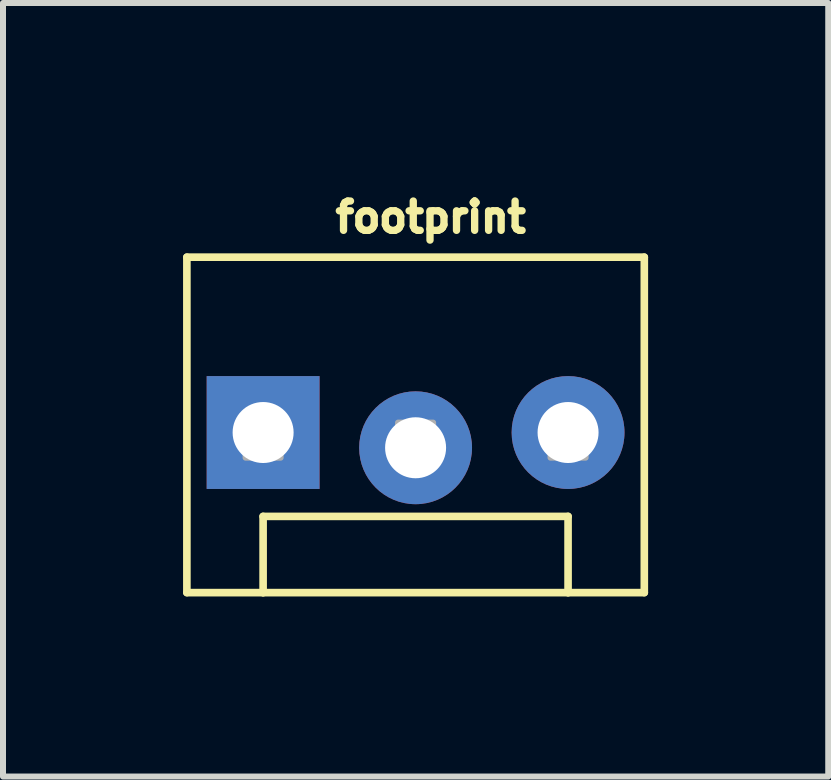
<source format=kicad_pcb>
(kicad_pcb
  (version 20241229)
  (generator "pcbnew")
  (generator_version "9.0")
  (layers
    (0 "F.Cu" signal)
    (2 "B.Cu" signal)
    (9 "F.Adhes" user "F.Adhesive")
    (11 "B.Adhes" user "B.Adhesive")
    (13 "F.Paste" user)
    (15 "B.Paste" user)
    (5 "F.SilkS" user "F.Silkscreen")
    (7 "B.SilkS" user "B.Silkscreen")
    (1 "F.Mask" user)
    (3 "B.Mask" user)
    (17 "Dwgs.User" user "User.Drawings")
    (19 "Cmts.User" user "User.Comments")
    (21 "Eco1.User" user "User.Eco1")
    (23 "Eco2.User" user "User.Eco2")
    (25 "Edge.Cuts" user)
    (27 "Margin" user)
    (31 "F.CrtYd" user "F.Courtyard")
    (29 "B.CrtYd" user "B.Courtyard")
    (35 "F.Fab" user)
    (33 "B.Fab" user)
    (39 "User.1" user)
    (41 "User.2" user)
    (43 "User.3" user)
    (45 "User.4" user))
  (footprint "footprint"
    (layer "F.Cu")
    (at 1.333 4.282)
    (property "Reference" "footprint" (at 1.143 -3.429 0) (layer "F.SilkS") (effects (font (size 0.488 0.488) (thickness 0.122)) (justify left bottom)))
    (fp_line (start -1.27 -3.048) (end -1.27 2.54) (stroke (width 0.127) (type solid)) (layer "F.SilkS"))
    (fp_line (start 0 1.27) (end 5.08 1.27) (stroke (width 0.127) (type solid)) (layer "F.SilkS"))
    (fp_line (start 0 2.54) (end -1.27 2.54) (stroke (width 0.127) (type solid)) (layer "F.SilkS"))
    (fp_line (start 0 2.54) (end 0 1.27) (stroke (width 0.127) (type solid)) (layer "F.SilkS"))
    (fp_line (start 5.08 1.27) (end 5.08 2.54) (stroke (width 0.127) (type solid)) (layer "F.SilkS"))
    (fp_line (start 5.08 2.54) (end 0 2.54) (stroke (width 0.127) (type solid)) (layer "F.SilkS"))
    (fp_line (start 6.35 -3.048) (end -1.27 -3.048) (stroke (width 0.127) (type solid)) (layer "F.SilkS"))
    (fp_line (start 6.35 -3.048) (end 6.35 2.54) (stroke (width 0.127) (type solid)) (layer "F.SilkS"))
    (fp_line (start 6.35 2.54) (end 5.08 2.54) (stroke (width 0.127) (type solid)) (layer "F.SilkS"))
    (fp_poly (pts (xy -0.292 0.292) (xy 0.292 0.292) (xy 0.292 -0.292) (xy -0.292 -0.292)) (stroke (width 0.1) (type solid)) (fill no) (layer "F.Fab"))
    (fp_poly (pts (xy 2.248 0.292) (xy 2.832 0.292) (xy 2.832 -0.292) (xy 2.248 -0.292)) (stroke (width 0.1) (type solid)) (fill no) (layer "F.Fab"))
    (fp_poly (pts (xy 4.788 0.292) (xy 5.372 0.292) (xy 5.372 -0.292) (xy 4.788 -0.292)) (stroke (width 0.1) (type solid)) (fill no) (layer "F.Fab"))
    (pad "1" thru_hole rect (at 0 -0.127) (size 1.88 1.88) (drill 1.016) (layers "*.Cu" "*.Mask"))
    (pad "2" thru_hole circle (at 2.54 0.127) (size 1.88 1.88) (drill 1.016) (layers "*.Cu" "*.Mask"))
    (pad "3" thru_hole circle (at 5.08 -0.127) (size 1.88 1.88) (drill 1.016) (layers "*.Cu" "*.Mask")))
  (gr_rect
    (start -3 -3)
    (end 10.747 9.886)
    (stroke (width 0.1) (type default))
    (fill no)
    (layer "Edge.Cuts")))
</source>
